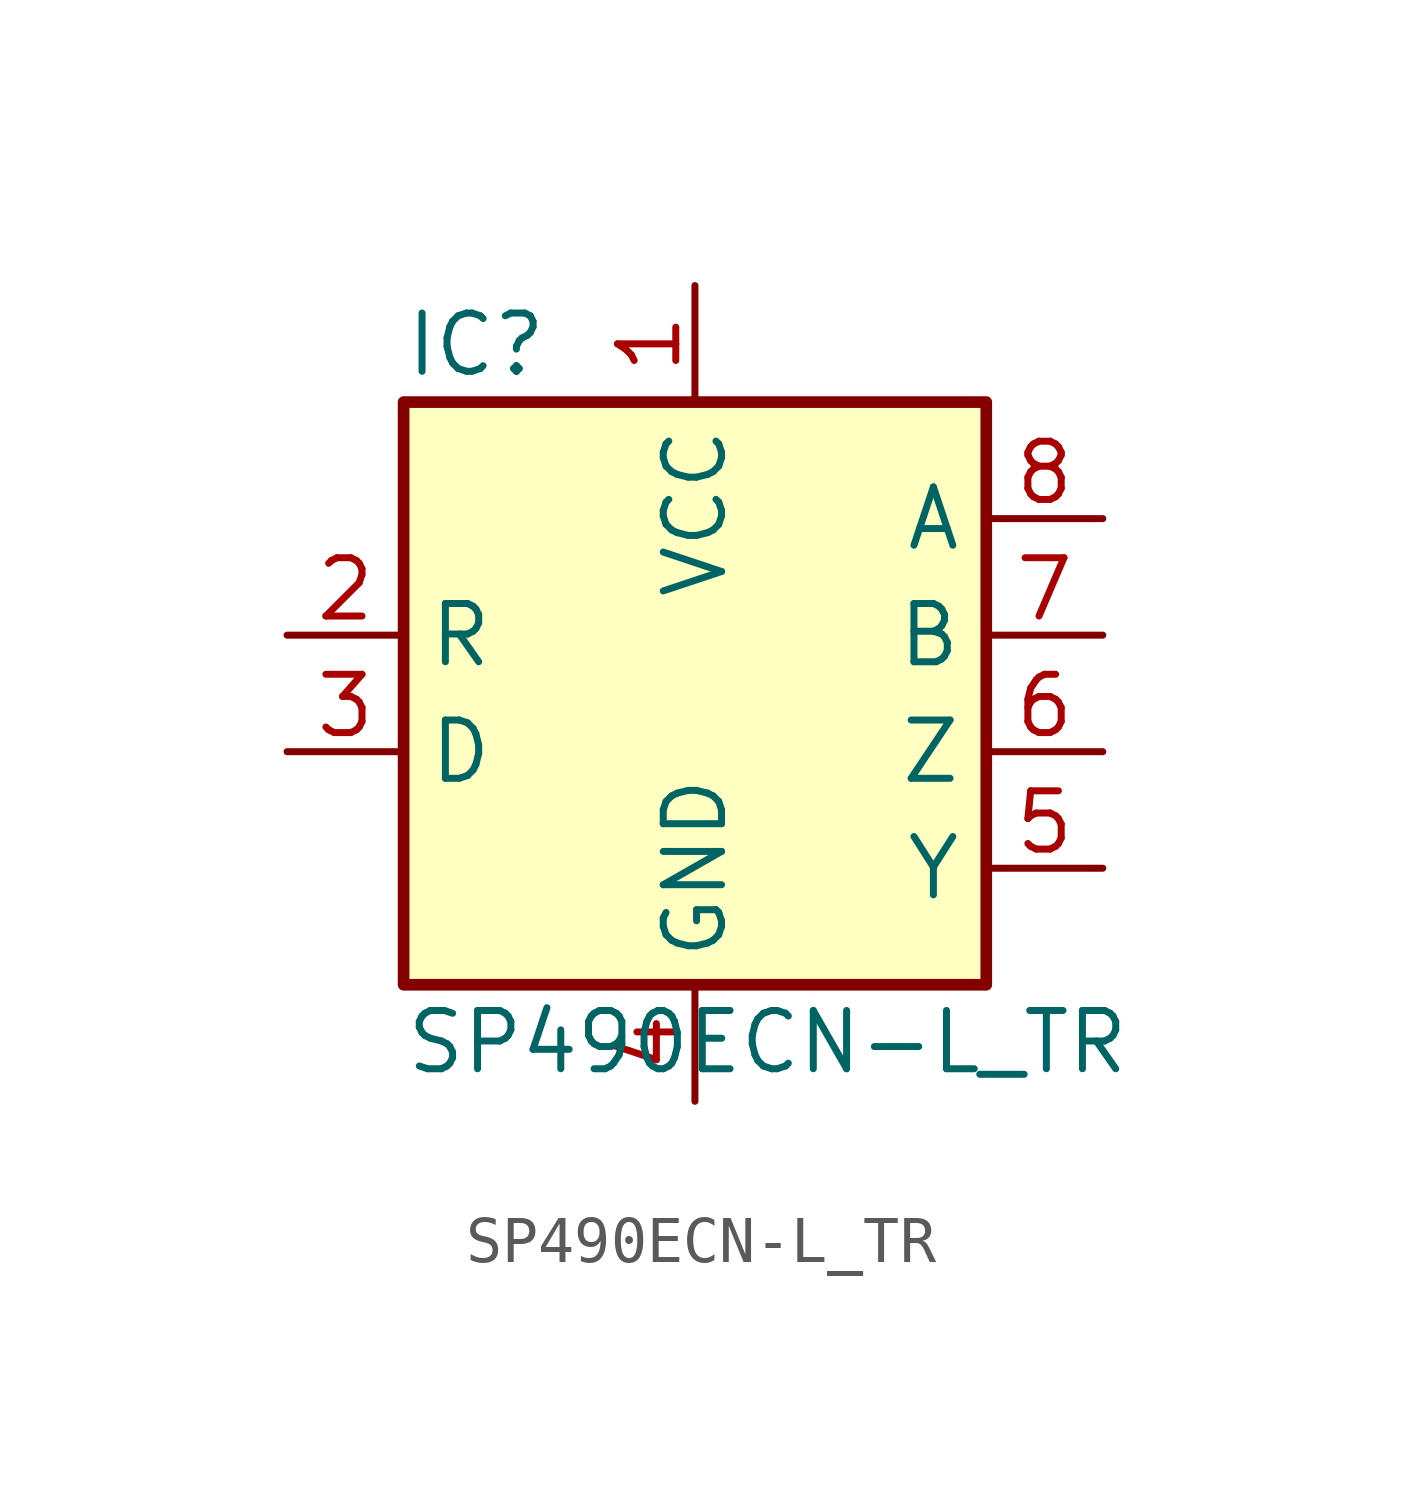
<source format=kicad_sym>
(kicad_symbol_lib
  (version 20241209)
  (generator "kicad_symbol_editor")
  (generator_version "9.0")
  (symbol "SP490ECN-L_TR"
    (property "Reference" "IC"
      (at -6.35 6.858 0)
      (effects (font (size 1.27 1.27)) (justify left bottom)))
    (property "Value" "SP490ECN-L_TR"
      (at -6.35 -6.858 0)
      (effects (font (size 1.27 1.27)) (justify left top)))
    (symbol "SP490ECN-L_TR_1_1"
      (rectangle (start -6.35 6.35) (end 6.35 -6.35) (stroke (width 0.254) (type default)) (fill (type background)))
      (pin passive line (at -8.89 1.27 0) (length 2.54) (name "R" (effects (font (size 1.27 1.27)))) (number "2" (effects (font (size 1.27 1.27)))))
      (pin passive line (at -8.89 -1.27 0) (length 2.54) (name "D" (effects (font (size 1.27 1.27)))) (number "3" (effects (font (size 1.27 1.27)))))
      (pin passive line (at 0 8.89 270) (length 2.54) (name "VCC" (effects (font (size 1.27 1.27)))) (number "1" (effects (font (size 1.27 1.27)))))
      (pin passive line (at 0 -8.89 90) (length 2.54) (name "GND" (effects (font (size 1.27 1.27)))) (number "4" (effects (font (size 1.27 1.27)))))
      (pin passive line (at 8.89 3.81 180) (length 2.54) (name "A" (effects (font (size 1.27 1.27)))) (number "8" (effects (font (size 1.27 1.27)))))
      (pin passive line (at 8.89 1.27 180) (length 2.54) (name "B" (effects (font (size 1.27 1.27)))) (number "7" (effects (font (size 1.27 1.27)))))
      (pin passive line (at 8.89 -1.27 180) (length 2.54) (name "Z" (effects (font (size 1.27 1.27)))) (number "6" (effects (font (size 1.27 1.27)))))
      (pin passive line (at 8.89 -3.81 180) (length 2.54) (name "Y" (effects (font (size 1.27 1.27)))) (number "5" (effects (font (size 1.27 1.27))))))))
</source>
